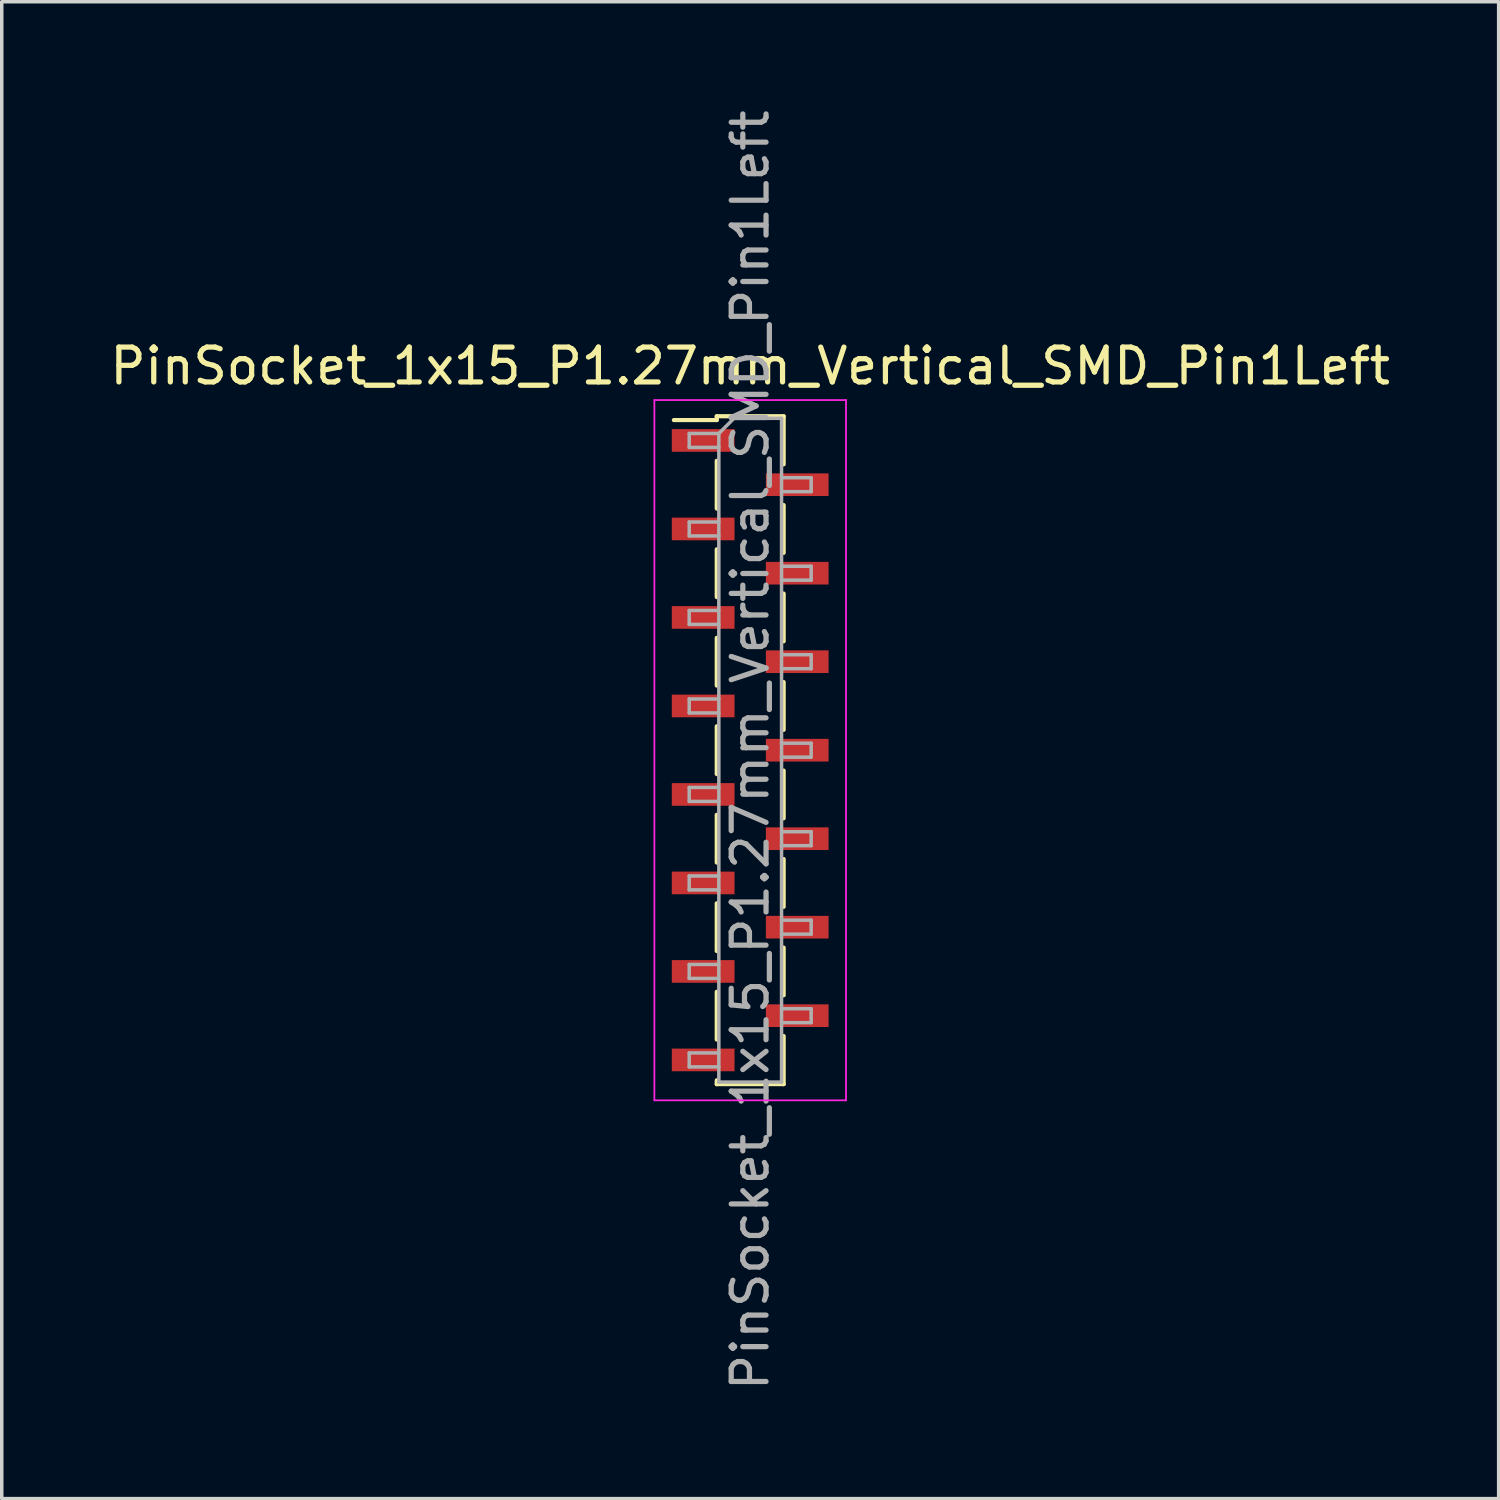
<source format=kicad_pcb>
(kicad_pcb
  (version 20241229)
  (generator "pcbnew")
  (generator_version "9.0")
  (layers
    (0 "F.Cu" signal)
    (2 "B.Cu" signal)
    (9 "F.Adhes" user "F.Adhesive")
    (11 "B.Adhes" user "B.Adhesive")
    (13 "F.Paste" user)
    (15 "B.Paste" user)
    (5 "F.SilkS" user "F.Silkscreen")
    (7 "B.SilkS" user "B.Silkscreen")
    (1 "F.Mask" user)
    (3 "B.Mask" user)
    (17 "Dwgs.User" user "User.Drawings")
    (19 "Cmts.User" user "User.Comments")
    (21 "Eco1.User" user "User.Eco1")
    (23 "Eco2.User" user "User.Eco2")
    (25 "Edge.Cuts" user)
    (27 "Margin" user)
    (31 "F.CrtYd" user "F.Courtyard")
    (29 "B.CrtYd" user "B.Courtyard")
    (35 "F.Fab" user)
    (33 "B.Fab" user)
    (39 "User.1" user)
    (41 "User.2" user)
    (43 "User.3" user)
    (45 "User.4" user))
  (footprint "PinSocket_1x15_P1.27mm_Vertical_SMD_Pin1Left"
    (layer "F.Cu")
    (at 18.482 18.482)
    (property "Reference" "PinSocket_1x15_P1.27mm_Vertical_SMD_Pin1Left" (at 0 -11.025 0) (layer "F.SilkS") (effects (font (size 1 1) (thickness 0.15))))
    (attr smd)
    (fp_line (start -2.19 -9.475) (end -0.96 -9.475) (stroke (width 0.12) (type solid)) (layer "F.SilkS"))
    (fp_line (start -0.96 -9.585) (end -0.96 -9.475) (stroke (width 0.12) (type solid)) (layer "F.SilkS"))
    (fp_line (start -0.96 -9.585) (end 0.96 -9.585) (stroke (width 0.12) (type solid)) (layer "F.SilkS"))
    (fp_line (start -0.96 -8.305) (end -0.96 -6.935) (stroke (width 0.12) (type solid)) (layer "F.SilkS"))
    (fp_line (start -0.96 -5.765) (end -0.96 -4.395) (stroke (width 0.12) (type solid)) (layer "F.SilkS"))
    (fp_line (start -0.96 -3.225) (end -0.96 -1.855) (stroke (width 0.12) (type solid)) (layer "F.SilkS"))
    (fp_line (start -0.96 -0.685) (end -0.96 0.685) (stroke (width 0.12) (type solid)) (layer "F.SilkS"))
    (fp_line (start -0.96 1.855) (end -0.96 3.225) (stroke (width 0.12) (type solid)) (layer "F.SilkS"))
    (fp_line (start -0.96 4.395) (end -0.96 5.765) (stroke (width 0.12) (type solid)) (layer "F.SilkS"))
    (fp_line (start -0.96 6.935) (end -0.96 8.305) (stroke (width 0.12) (type solid)) (layer "F.SilkS"))
    (fp_line (start -0.96 9.475) (end -0.96 9.585) (stroke (width 0.12) (type solid)) (layer "F.SilkS"))
    (fp_line (start -0.96 9.585) (end 0.96 9.585) (stroke (width 0.12) (type solid)) (layer "F.SilkS"))
    (fp_line (start 0.96 -9.585) (end 0.96 -8.205) (stroke (width 0.12) (type solid)) (layer "F.SilkS"))
    (fp_line (start 0.96 -7.035) (end 0.96 -5.665) (stroke (width 0.12) (type solid)) (layer "F.SilkS"))
    (fp_line (start 0.96 -4.495) (end 0.96 -3.125) (stroke (width 0.12) (type solid)) (layer "F.SilkS"))
    (fp_line (start 0.96 -1.955) (end 0.96 -0.585) (stroke (width 0.12) (type solid)) (layer "F.SilkS"))
    (fp_line (start 0.96 0.585) (end 0.96 1.955) (stroke (width 0.12) (type solid)) (layer "F.SilkS"))
    (fp_line (start 0.96 3.125) (end 0.96 4.495) (stroke (width 0.12) (type solid)) (layer "F.SilkS"))
    (fp_line (start 0.96 5.665) (end 0.96 7.035) (stroke (width 0.12) (type solid)) (layer "F.SilkS"))
    (fp_line (start 0.96 8.205) (end 0.96 9.585) (stroke (width 0.12) (type solid)) (layer "F.SilkS"))
    (fp_line (start -2.75 -10.05) (end 2.75 -10.05) (stroke (width 0.05) (type solid)) (layer "F.CrtYd"))
    (fp_line (start -2.75 10.05) (end -2.75 -10.05) (stroke (width 0.05) (type solid)) (layer "F.CrtYd"))
    (fp_line (start 2.75 -10.05) (end 2.75 10.05) (stroke (width 0.05) (type solid)) (layer "F.CrtYd"))
    (fp_line (start 2.75 10.05) (end -2.75 10.05) (stroke (width 0.05) (type solid)) (layer "F.CrtYd"))
    (fp_line (start -1.75 -9.09) (end -0.9 -9.09) (stroke (width 0.1) (type solid)) (layer "F.Fab"))
    (fp_line (start -1.75 -8.69) (end -1.75 -9.09) (stroke (width 0.1) (type solid)) (layer "F.Fab"))
    (fp_line (start -1.75 -6.55) (end -0.9 -6.55) (stroke (width 0.1) (type solid)) (layer "F.Fab"))
    (fp_line (start -1.75 -6.15) (end -1.75 -6.55) (stroke (width 0.1) (type solid)) (layer "F.Fab"))
    (fp_line (start -1.75 -4.01) (end -0.9 -4.01) (stroke (width 0.1) (type solid)) (layer "F.Fab"))
    (fp_line (start -1.75 -3.61) (end -1.75 -4.01) (stroke (width 0.1) (type solid)) (layer "F.Fab"))
    (fp_line (start -1.75 -1.47) (end -0.9 -1.47) (stroke (width 0.1) (type solid)) (layer "F.Fab"))
    (fp_line (start -1.75 -1.07) (end -1.75 -1.47) (stroke (width 0.1) (type solid)) (layer "F.Fab"))
    (fp_line (start -1.75 1.07) (end -0.9 1.07) (stroke (width 0.1) (type solid)) (layer "F.Fab"))
    (fp_line (start -1.75 1.47) (end -1.75 1.07) (stroke (width 0.1) (type solid)) (layer "F.Fab"))
    (fp_line (start -1.75 3.61) (end -0.9 3.61) (stroke (width 0.1) (type solid)) (layer "F.Fab"))
    (fp_line (start -1.75 4.01) (end -1.75 3.61) (stroke (width 0.1) (type solid)) (layer "F.Fab"))
    (fp_line (start -1.75 6.15) (end -0.9 6.15) (stroke (width 0.1) (type solid)) (layer "F.Fab"))
    (fp_line (start -1.75 6.55) (end -1.75 6.15) (stroke (width 0.1) (type solid)) (layer "F.Fab"))
    (fp_line (start -1.75 8.69) (end -0.9 8.69) (stroke (width 0.1) (type solid)) (layer "F.Fab"))
    (fp_line (start -1.75 9.09) (end -1.75 8.69) (stroke (width 0.1) (type solid)) (layer "F.Fab"))
    (fp_line (start -0.9 -9.09) (end -0.465 -9.525) (stroke (width 0.1) (type solid)) (layer "F.Fab"))
    (fp_line (start -0.9 -8.69) (end -1.75 -8.69) (stroke (width 0.1) (type solid)) (layer "F.Fab"))
    (fp_line (start -0.9 -6.15) (end -1.75 -6.15) (stroke (width 0.1) (type solid)) (layer "F.Fab"))
    (fp_line (start -0.9 -3.61) (end -1.75 -3.61) (stroke (width 0.1) (type solid)) (layer "F.Fab"))
    (fp_line (start -0.9 -1.07) (end -1.75 -1.07) (stroke (width 0.1) (type solid)) (layer "F.Fab"))
    (fp_line (start -0.9 1.47) (end -1.75 1.47) (stroke (width 0.1) (type solid)) (layer "F.Fab"))
    (fp_line (start -0.9 4.01) (end -1.75 4.01) (stroke (width 0.1) (type solid)) (layer "F.Fab"))
    (fp_line (start -0.9 6.55) (end -1.75 6.55) (stroke (width 0.1) (type solid)) (layer "F.Fab"))
    (fp_line (start -0.9 9.09) (end -1.75 9.09) (stroke (width 0.1) (type solid)) (layer "F.Fab"))
    (fp_line (start -0.9 9.525) (end -0.9 -9.09) (stroke (width 0.1) (type solid)) (layer "F.Fab"))
    (fp_line (start -0.465 -9.525) (end 0.9 -9.525) (stroke (width 0.1) (type solid)) (layer "F.Fab"))
    (fp_line (start 0.9 -9.525) (end 0.9 9.525) (stroke (width 0.1) (type solid)) (layer "F.Fab"))
    (fp_line (start 0.9 -7.82) (end 1.75 -7.82) (stroke (width 0.1) (type solid)) (layer "F.Fab"))
    (fp_line (start 0.9 -5.28) (end 1.75 -5.28) (stroke (width 0.1) (type solid)) (layer "F.Fab"))
    (fp_line (start 0.9 -2.74) (end 1.75 -2.74) (stroke (width 0.1) (type solid)) (layer "F.Fab"))
    (fp_line (start 0.9 -0.2) (end 1.75 -0.2) (stroke (width 0.1) (type solid)) (layer "F.Fab"))
    (fp_line (start 0.9 2.34) (end 1.75 2.34) (stroke (width 0.1) (type solid)) (layer "F.Fab"))
    (fp_line (start 0.9 4.88) (end 1.75 4.88) (stroke (width 0.1) (type solid)) (layer "F.Fab"))
    (fp_line (start 0.9 7.42) (end 1.75 7.42) (stroke (width 0.1) (type solid)) (layer "F.Fab"))
    (fp_line (start 0.9 9.525) (end -0.9 9.525) (stroke (width 0.1) (type solid)) (layer "F.Fab"))
    (fp_line (start 1.75 -7.82) (end 1.75 -7.42) (stroke (width 0.1) (type solid)) (layer "F.Fab"))
    (fp_line (start 1.75 -7.42) (end 0.9 -7.42) (stroke (width 0.1) (type solid)) (layer "F.Fab"))
    (fp_line (start 1.75 -5.28) (end 1.75 -4.88) (stroke (width 0.1) (type solid)) (layer "F.Fab"))
    (fp_line (start 1.75 -4.88) (end 0.9 -4.88) (stroke (width 0.1) (type solid)) (layer "F.Fab"))
    (fp_line (start 1.75 -2.74) (end 1.75 -2.34) (stroke (width 0.1) (type solid)) (layer "F.Fab"))
    (fp_line (start 1.75 -2.34) (end 0.9 -2.34) (stroke (width 0.1) (type solid)) (layer "F.Fab"))
    (fp_line (start 1.75 -0.2) (end 1.75 0.2) (stroke (width 0.1) (type solid)) (layer "F.Fab"))
    (fp_line (start 1.75 0.2) (end 0.9 0.2) (stroke (width 0.1) (type solid)) (layer "F.Fab"))
    (fp_line (start 1.75 2.34) (end 1.75 2.74) (stroke (width 0.1) (type solid)) (layer "F.Fab"))
    (fp_line (start 1.75 2.74) (end 0.9 2.74) (stroke (width 0.1) (type solid)) (layer "F.Fab"))
    (fp_line (start 1.75 4.88) (end 1.75 5.28) (stroke (width 0.1) (type solid)) (layer "F.Fab"))
    (fp_line (start 1.75 5.28) (end 0.9 5.28) (stroke (width 0.1) (type solid)) (layer "F.Fab"))
    (fp_line (start 1.75 7.42) (end 1.75 7.82) (stroke (width 0.1) (type solid)) (layer "F.Fab"))
    (fp_line (start 1.75 7.82) (end 0.9 7.82) (stroke (width 0.1) (type solid)) (layer "F.Fab"))
    (fp_text user "${REFERENCE}" (at 0 0 90) (layer "F.Fab") (effects (font (size 1 1) (thickness 0.15))))
    (pad "1" smd rect (at -1.35 -8.89) (size 1.8 0.65) (layers "F.Cu" "F.Mask" "F.Paste"))
    (pad "2" smd rect (at 1.35 -7.62) (size 1.8 0.65) (layers "F.Cu" "F.Mask" "F.Paste"))
    (pad "3" smd rect (at -1.35 -6.35) (size 1.8 0.65) (layers "F.Cu" "F.Mask" "F.Paste"))
    (pad "4" smd rect (at 1.35 -5.08) (size 1.8 0.65) (layers "F.Cu" "F.Mask" "F.Paste"))
    (pad "5" smd rect (at -1.35 -3.81) (size 1.8 0.65) (layers "F.Cu" "F.Mask" "F.Paste"))
    (pad "6" smd rect (at 1.35 -2.54) (size 1.8 0.65) (layers "F.Cu" "F.Mask" "F.Paste"))
    (pad "7" smd rect (at -1.35 -1.27) (size 1.8 0.65) (layers "F.Cu" "F.Mask" "F.Paste"))
    (pad "8" smd rect (at 1.35 0) (size 1.8 0.65) (layers "F.Cu" "F.Mask" "F.Paste"))
    (pad "9" smd rect (at -1.35 1.27) (size 1.8 0.65) (layers "F.Cu" "F.Mask" "F.Paste"))
    (pad "10" smd rect (at 1.35 2.54) (size 1.8 0.65) (layers "F.Cu" "F.Mask" "F.Paste"))
    (pad "11" smd rect (at -1.35 3.81) (size 1.8 0.65) (layers "F.Cu" "F.Mask" "F.Paste"))
    (pad "12" smd rect (at 1.35 5.08) (size 1.8 0.65) (layers "F.Cu" "F.Mask" "F.Paste"))
    (pad "13" smd rect (at -1.35 6.35) (size 1.8 0.65) (layers "F.Cu" "F.Mask" "F.Paste"))
    (pad "14" smd rect (at 1.35 7.62) (size 1.8 0.65) (layers "F.Cu" "F.Mask" "F.Paste"))
    (pad "15" smd rect (at -1.35 8.89) (size 1.8 0.65) (layers "F.Cu" "F.Mask" "F.Paste")))
  (gr_rect
    (start -3 -3)
    (end 39.964 39.964)
    (stroke (width 0.1) (type default))
    (fill no)
    (layer "Edge.Cuts")))
</source>
